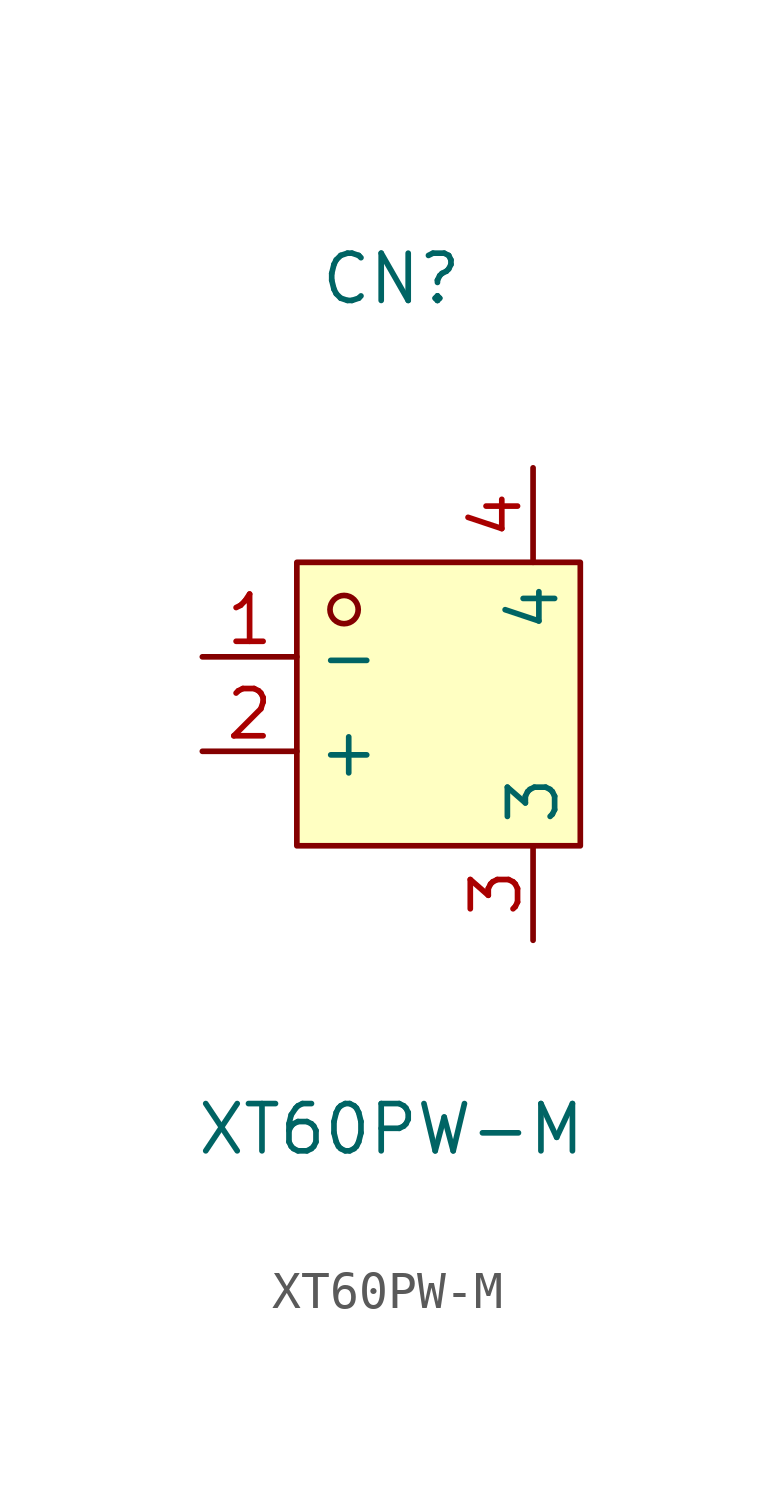
<source format=kicad_sym>
(kicad_symbol_lib
  (version 20211014)
  (generator https://github.com/uPesy/easyeda2kicad.py)
  (symbol "XT60PW-M"
    (property "Reference" "CN"
      (at 0 13.97 0)
      (effects (font (size 1.27 1.27))))
    (property "Value" "XT60PW-M"
      (at 0 -8.89 0)
      (effects (font (size 1.27 1.27))))
    (symbol "XT60PW-M_0_1"
      (rectangle (start -2.54 6.35) (end 5.08 -1.27) (stroke (width 0) (type default) (color 0 0 0 0)) (fill (type background)))
      (circle (center -1.27 5.08) (radius 0.38) (stroke (width 0) (type default) (color 0 0 0 0)) (fill (type none)))
      (pin unspecified line (at -5.08 3.81 0) (length 2.54) (name "-" (effects (font (size 1.27 1.27)))) (number "1" (effects (font (size 1.27 1.27)))))
      (pin unspecified line (at -5.08 1.27 0) (length 2.54) (name "+" (effects (font (size 1.27 1.27)))) (number "2" (effects (font (size 1.27 1.27)))))
      (pin unspecified line (at 3.81 -3.81 90) (length 2.54) (name "3" (effects (font (size 1.27 1.27)))) (number "3" (effects (font (size 1.27 1.27)))))
      (pin unspecified line (at 3.81 8.89 270) (length 2.54) (name "4" (effects (font (size 1.27 1.27)))) (number "4" (effects (font (size 1.27 1.27))))))))
</source>
